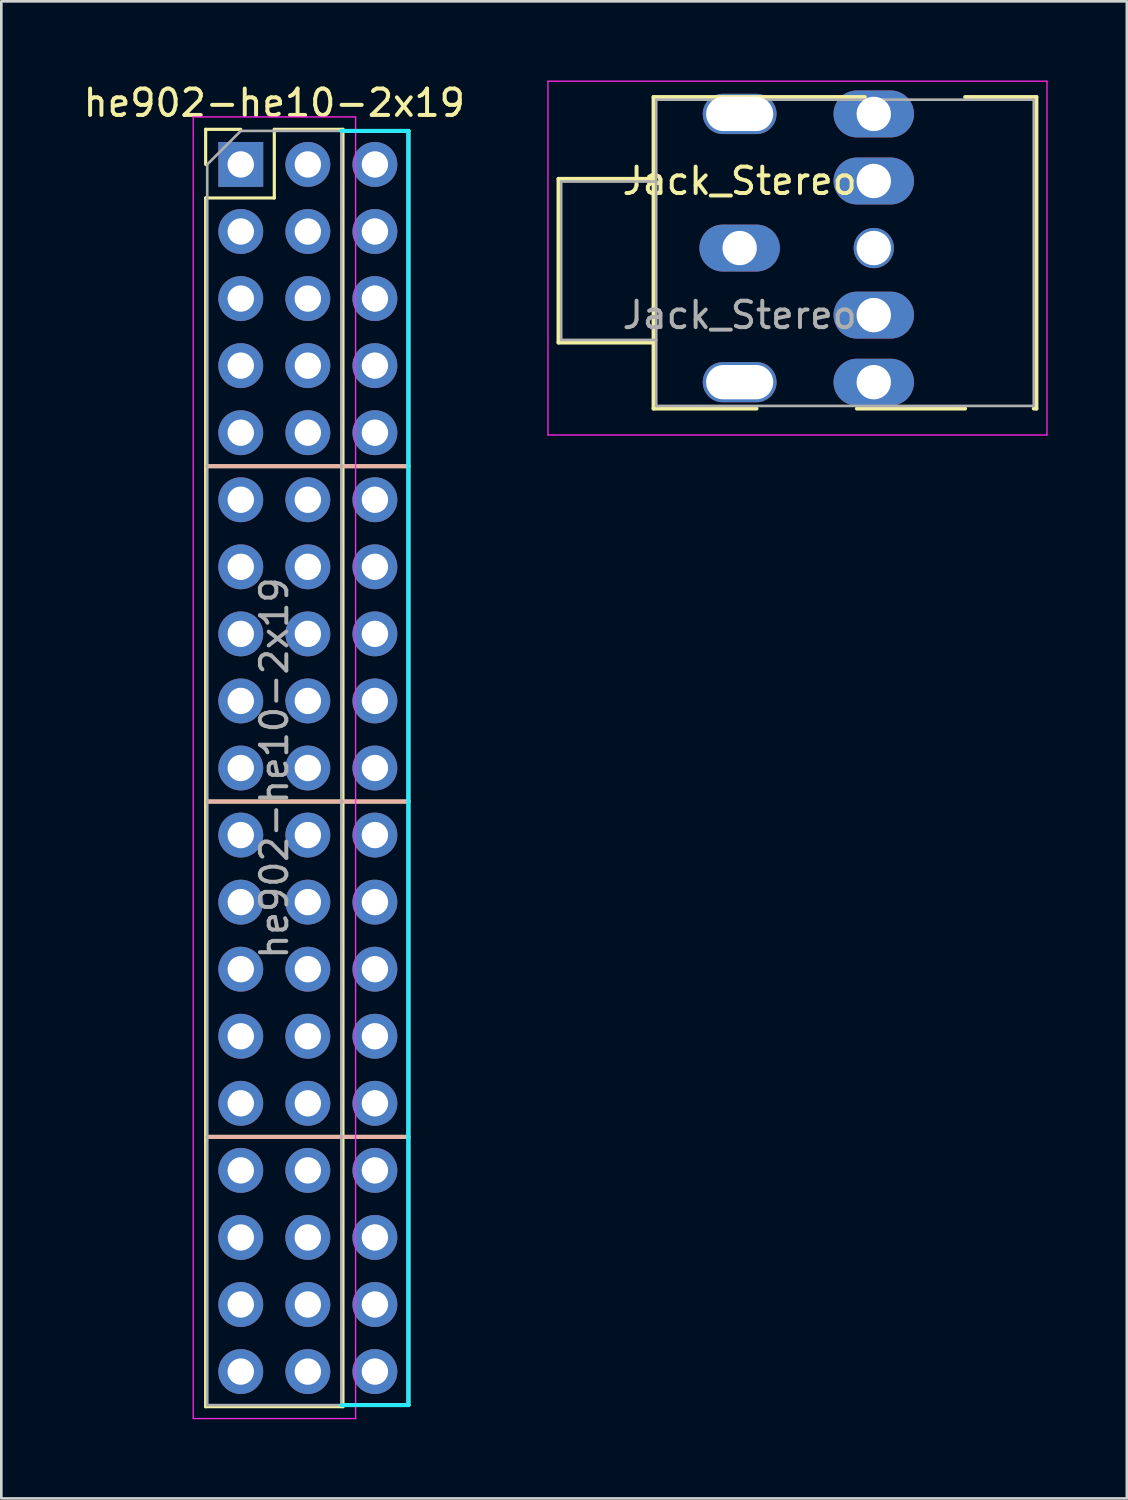
<source format=kicad_pcb>
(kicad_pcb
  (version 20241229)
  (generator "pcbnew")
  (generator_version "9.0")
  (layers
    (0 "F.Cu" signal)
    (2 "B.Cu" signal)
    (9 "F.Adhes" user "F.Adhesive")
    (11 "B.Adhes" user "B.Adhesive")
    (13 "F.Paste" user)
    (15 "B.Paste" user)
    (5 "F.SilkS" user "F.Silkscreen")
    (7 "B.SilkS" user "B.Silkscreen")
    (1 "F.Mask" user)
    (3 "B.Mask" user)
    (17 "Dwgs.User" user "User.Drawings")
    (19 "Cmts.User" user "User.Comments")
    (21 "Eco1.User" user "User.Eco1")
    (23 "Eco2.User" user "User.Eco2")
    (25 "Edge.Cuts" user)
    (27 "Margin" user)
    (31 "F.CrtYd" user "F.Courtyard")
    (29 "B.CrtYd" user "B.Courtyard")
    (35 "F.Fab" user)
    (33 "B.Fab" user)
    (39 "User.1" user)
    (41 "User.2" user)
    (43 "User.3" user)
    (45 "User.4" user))
  (footprint "he902-he10-2x19"
    (layer "F.Cu")
    (at 6.069 3.178)
    (property "Reference" "he902-he10-2x19" (at 1.27 -2.33 0) (layer "F.SilkS") (effects (font (size 1 1) (thickness 0.15))))
    (attr through_hole)
    (fp_line (start -1.33 -1.33) (end 0 -1.33) (stroke (width 0.12) (type solid)) (layer "F.SilkS"))
    (fp_line (start -1.33 0) (end -1.33 -1.33) (stroke (width 0.12) (type solid)) (layer "F.SilkS"))
    (fp_line (start -1.33 1.27) (end -1.33 47.05) (stroke (width 0.12) (type solid)) (layer "F.SilkS"))
    (fp_line (start -1.33 1.27) (end 1.27 1.27) (stroke (width 0.12) (type solid)) (layer "F.SilkS"))
    (fp_line (start -1.33 47.05) (end 3.87 47.05) (stroke (width 0.12) (type solid)) (layer "F.SilkS"))
    (fp_line (start -1.27 11.43) (end 6.35 11.43) (stroke (width 0.15) (type solid)) (layer "F.SilkS"))
    (fp_line (start -1.27 24.13) (end 6.35 24.13) (stroke (width 0.15) (type solid)) (layer "F.SilkS"))
    (fp_line (start -1.27 36.83) (end 6.35 36.83) (stroke (width 0.15) (type solid)) (layer "F.SilkS"))
    (fp_line (start 1.27 -1.33) (end 3.87 -1.33) (stroke (width 0.12) (type solid)) (layer "F.SilkS"))
    (fp_line (start 1.27 1.27) (end 1.27 -1.33) (stroke (width 0.12) (type solid)) (layer "F.SilkS"))
    (fp_line (start 3.81 46.99) (end 6.35 46.99) (stroke (width 0.15) (type solid)) (layer "F.SilkS"))
    (fp_line (start 3.87 -1.33) (end 3.87 47.05) (stroke (width 0.12) (type solid)) (layer "F.SilkS"))
    (fp_line (start 6.35 -1.27) (end 3.81 -1.27) (stroke (width 0.15) (type solid)) (layer "F.SilkS"))
    (fp_line (start 6.35 46.99) (end 6.35 -1.27) (stroke (width 0.15) (type solid)) (layer "F.SilkS"))
    (fp_line (start -1.27 11.43) (end 6.35 11.43) (stroke (width 0.15) (type solid)) (layer "B.SilkS"))
    (fp_line (start -1.27 24.13) (end 6.35 24.13) (stroke (width 0.15) (type solid)) (layer "B.SilkS"))
    (fp_line (start -1.27 36.83) (end 6.35 36.83) (stroke (width 0.15) (type solid)) (layer "B.SilkS"))
    (fp_line (start 3.81 -1.27) (end 6.35 -1.27) (stroke (width 0.15) (type solid)) (layer "B.CrtYd"))
    (fp_line (start 6.35 -1.27) (end 6.35 46.99) (stroke (width 0.15) (type solid)) (layer "B.CrtYd"))
    (fp_line (start 6.35 46.99) (end 3.81 46.99) (stroke (width 0.15) (type solid)) (layer "B.CrtYd"))
    (fp_line (start -1.8 -1.8) (end -1.8 47.5) (stroke (width 0.05) (type solid)) (layer "F.CrtYd"))
    (fp_line (start -1.8 47.5) (end 4.35 47.5) (stroke (width 0.05) (type solid)) (layer "F.CrtYd"))
    (fp_line (start 4.35 -1.8) (end -1.8 -1.8) (stroke (width 0.05) (type solid)) (layer "F.CrtYd"))
    (fp_line (start 4.35 47.5) (end 4.35 -1.8) (stroke (width 0.05) (type solid)) (layer "F.CrtYd"))
    (fp_line (start -1.27 0) (end 0 -1.27) (stroke (width 0.1) (type solid)) (layer "F.Fab"))
    (fp_line (start -1.27 46.99) (end -1.27 0) (stroke (width 0.1) (type solid)) (layer "F.Fab"))
    (fp_line (start 0 -1.27) (end 3.81 -1.27) (stroke (width 0.1) (type solid)) (layer "F.Fab"))
    (fp_line (start 3.81 -1.27) (end 3.81 46.99) (stroke (width 0.1) (type solid)) (layer "F.Fab"))
    (fp_line (start 3.81 46.99) (end -1.27 46.99) (stroke (width 0.1) (type solid)) (layer "F.Fab"))
    (fp_text user "${REFERENCE}" (at 1.27 22.86 90) (layer "F.Fab") (effects (font (size 1 1) (thickness 0.15))))
    (pad "a1" thru_hole rect (at 0 0) (size 1.7 1.7) (drill 1) (layers "*.Cu" "*.Mask"))
    (pad "a2" thru_hole oval (at 0 2.54) (size 1.7 1.7) (drill 1) (layers "*.Cu" "*.Mask"))
    (pad "a3" thru_hole oval (at 0 5.08) (size 1.7 1.7) (drill 1) (layers "*.Cu" "*.Mask"))
    (pad "a4" thru_hole oval (at 0 7.62) (size 1.7 1.7) (drill 1) (layers "*.Cu" "*.Mask"))
    (pad "a5" thru_hole oval (at 0 10.16) (size 1.7 1.7) (drill 1) (layers "*.Cu" "*.Mask"))
    (pad "a6" thru_hole oval (at 0 12.7) (size 1.7 1.7) (drill 1) (layers "*.Cu" "*.Mask"))
    (pad "a7" thru_hole oval (at 0 15.24) (size 1.7 1.7) (drill 1) (layers "*.Cu" "*.Mask"))
    (pad "a8" thru_hole oval (at 0 17.78) (size 1.7 1.7) (drill 1) (layers "*.Cu" "*.Mask"))
    (pad "a9" thru_hole oval (at 0 20.32) (size 1.7 1.7) (drill 1) (layers "*.Cu" "*.Mask"))
    (pad "a10" thru_hole oval (at 0 22.86) (size 1.7 1.7) (drill 1) (layers "*.Cu" "*.Mask"))
    (pad "a11" thru_hole oval (at 0 25.4) (size 1.7 1.7) (drill 1) (layers "*.Cu" "*.Mask"))
    (pad "a12" thru_hole oval (at 0 27.94) (size 1.7 1.7) (drill 1) (layers "*.Cu" "*.Mask"))
    (pad "a13" thru_hole oval (at 0 30.48) (size 1.7 1.7) (drill 1) (layers "*.Cu" "*.Mask"))
    (pad "a14" thru_hole oval (at 0 33.02) (size 1.7 1.7) (drill 1) (layers "*.Cu" "*.Mask"))
    (pad "a15" thru_hole oval (at 0 35.56) (size 1.7 1.7) (drill 1) (layers "*.Cu" "*.Mask"))
    (pad "a16" thru_hole oval (at 0 38.1) (size 1.7 1.7) (drill 1) (layers "*.Cu" "*.Mask"))
    (pad "a17" thru_hole oval (at 0 40.64) (size 1.7 1.7) (drill 1) (layers "*.Cu" "*.Mask"))
    (pad "a18" thru_hole oval (at 0 43.18) (size 1.7 1.7) (drill 1) (layers "*.Cu" "*.Mask"))
    (pad "a19" thru_hole oval (at 0 45.72) (size 1.7 1.7) (drill 1) (layers "*.Cu" "*.Mask"))
    (pad "b1" thru_hole oval (at 2.54 0) (size 1.7 1.7) (drill 1) (layers "*.Cu" "*.Mask"))
    (pad "b1" thru_hole oval (at 5.08 0) (size 1.7 1.7) (drill 1) (layers "*.Cu" "*.Mask"))
    (pad "b2" thru_hole oval (at 2.54 2.54) (size 1.7 1.7) (drill 1) (layers "*.Cu" "*.Mask"))
    (pad "b2" thru_hole oval (at 5.08 2.54) (size 1.7 1.7) (drill 1) (layers "*.Cu" "*.Mask"))
    (pad "b3" thru_hole oval (at 2.54 5.08) (size 1.7 1.7) (drill 1) (layers "*.Cu" "*.Mask"))
    (pad "b3" thru_hole oval (at 5.08 5.08) (size 1.7 1.7) (drill 1) (layers "*.Cu" "*.Mask"))
    (pad "b4" thru_hole oval (at 2.54 7.62) (size 1.7 1.7) (drill 1) (layers "*.Cu" "*.Mask"))
    (pad "b4" thru_hole oval (at 5.08 7.62) (size 1.7 1.7) (drill 1) (layers "*.Cu" "*.Mask"))
    (pad "b5" thru_hole oval (at 2.54 10.16) (size 1.7 1.7) (drill 1) (layers "*.Cu" "*.Mask"))
    (pad "b5" thru_hole oval (at 5.08 10.16) (size 1.7 1.7) (drill 1) (layers "*.Cu" "*.Mask"))
    (pad "b6" thru_hole oval (at 2.54 12.7) (size 1.7 1.7) (drill 1) (layers "*.Cu" "*.Mask"))
    (pad "b6" thru_hole oval (at 5.08 12.7) (size 1.7 1.7) (drill 1) (layers "*.Cu" "*.Mask"))
    (pad "b7" thru_hole oval (at 2.54 15.24) (size 1.7 1.7) (drill 1) (layers "*.Cu" "*.Mask"))
    (pad "b7" thru_hole oval (at 5.08 15.24) (size 1.7 1.7) (drill 1) (layers "*.Cu" "*.Mask"))
    (pad "b8" thru_hole oval (at 2.54 17.78) (size 1.7 1.7) (drill 1) (layers "*.Cu" "*.Mask"))
    (pad "b8" thru_hole oval (at 5.08 17.78) (size 1.7 1.7) (drill 1) (layers "*.Cu" "*.Mask"))
    (pad "b9" thru_hole oval (at 2.54 20.32) (size 1.7 1.7) (drill 1) (layers "*.Cu" "*.Mask"))
    (pad "b9" thru_hole oval (at 5.08 20.32) (size 1.7 1.7) (drill 1) (layers "*.Cu" "*.Mask"))
    (pad "b10" thru_hole oval (at 2.54 22.86) (size 1.7 1.7) (drill 1) (layers "*.Cu" "*.Mask"))
    (pad "b10" thru_hole oval (at 5.08 22.86) (size 1.7 1.7) (drill 1) (layers "*.Cu" "*.Mask"))
    (pad "b11" thru_hole oval (at 2.54 25.4) (size 1.7 1.7) (drill 1) (layers "*.Cu" "*.Mask"))
    (pad "b11" thru_hole oval (at 5.08 25.4) (size 1.7 1.7) (drill 1) (layers "*.Cu" "*.Mask"))
    (pad "b12" thru_hole oval (at 2.54 27.94) (size 1.7 1.7) (drill 1) (layers "*.Cu" "*.Mask"))
    (pad "b12" thru_hole oval (at 5.08 27.94) (size 1.7 1.7) (drill 1) (layers "*.Cu" "*.Mask"))
    (pad "b13" thru_hole oval (at 2.54 30.48) (size 1.7 1.7) (drill 1) (layers "*.Cu" "*.Mask"))
    (pad "b13" thru_hole oval (at 5.08 30.48) (size 1.7 1.7) (drill 1) (layers "*.Cu" "*.Mask"))
    (pad "b14" thru_hole oval (at 2.54 33.02) (size 1.7 1.7) (drill 1) (layers "*.Cu" "*.Mask"))
    (pad "b14" thru_hole oval (at 5.08 33.02) (size 1.7 1.7) (drill 1) (layers "*.Cu" "*.Mask"))
    (pad "b15" thru_hole oval (at 2.54 35.56) (size 1.7 1.7) (drill 1) (layers "*.Cu" "*.Mask"))
    (pad "b15" thru_hole oval (at 5.08 35.56) (size 1.7 1.7) (drill 1) (layers "*.Cu" "*.Mask"))
    (pad "b16" thru_hole oval (at 2.54 38.1) (size 1.7 1.7) (drill 1) (layers "*.Cu" "*.Mask"))
    (pad "b16" thru_hole oval (at 5.08 38.1) (size 1.7 1.7) (drill 1) (layers "*.Cu" "*.Mask"))
    (pad "b17" thru_hole oval (at 2.54 40.64) (size 1.7 1.7) (drill 1) (layers "*.Cu" "*.Mask"))
    (pad "b17" thru_hole oval (at 5.08 40.64) (size 1.7 1.7) (drill 1) (layers "*.Cu" "*.Mask"))
    (pad "b18" thru_hole oval (at 2.54 43.18) (size 1.7 1.7) (drill 1) (layers "*.Cu" "*.Mask"))
    (pad "b18" thru_hole oval (at 5.08 43.18) (size 1.7 1.7) (drill 1) (layers "*.Cu" "*.Mask"))
    (pad "b19" thru_hole oval (at 2.54 45.72) (size 1.7 1.7) (drill 1) (layers "*.Cu" "*.Mask"))
    (pad "b19" thru_hole oval (at 5.08 45.72) (size 1.7 1.7) (drill 1) (layers "*.Cu" "*.Mask")))
  (footprint "Jack_Stereo"
    (layer "F.Cu")
    (at 27.504 6.345)
    (property "Reference" "Jack_Stereo" (at -2.54 -2.54 0) (layer "F.SilkS") (effects (font (size 1 1) (thickness 0.15))))
    (attr through_hole)
    (fp_line (start -9.4 -2.62) (end -9.4 3.58) (stroke (width 0.15) (type solid)) (layer "F.SilkS"))
    (fp_line (start -9.4 3.58) (end -5.8 3.58) (stroke (width 0.15) (type solid)) (layer "F.SilkS"))
    (fp_line (start -5.8 -5.72) (end 2.2 -5.72) (stroke (width 0.15) (type solid)) (layer "F.SilkS"))
    (fp_line (start -5.8 -2.62) (end -9.4 -2.62) (stroke (width 0.15) (type solid)) (layer "F.SilkS"))
    (fp_line (start -5.8 6.08) (end -5.8 -5.72) (stroke (width 0.15) (type solid)) (layer "F.SilkS"))
    (fp_line (start -1.9 6.08) (end -5.8 6.08) (stroke (width 0.15) (type solid)) (layer "F.SilkS"))
    (fp_line (start 6 -5.72) (end 8.7 -5.72) (stroke (width 0.15) (type solid)) (layer "F.SilkS"))
    (fp_line (start 6 6.08) (end 1.9 6.08) (stroke (width 0.15) (type solid)) (layer "F.SilkS"))
    (fp_line (start 8.7 -5.72) (end 8.7 6.08) (stroke (width 0.15) (type solid)) (layer "F.SilkS"))
    (fp_line (start 8.7 6.08) (end 8.6 6.08) (stroke (width 0.15) (type solid)) (layer "F.SilkS"))
    (fp_line (start -9.8 -6.32) (end -9.8 7.08) (stroke (width 0.05) (type solid)) (layer "F.CrtYd"))
    (fp_line (start -9.8 7.08) (end 9.1 7.08) (stroke (width 0.05) (type solid)) (layer "F.CrtYd"))
    (fp_line (start 9.1 -6.32) (end -9.8 -6.32) (stroke (width 0.05) (type solid)) (layer "F.CrtYd"))
    (fp_line (start 9.1 7.08) (end 9.1 -6.32) (stroke (width 0.05) (type solid)) (layer "F.CrtYd"))
    (fp_line (start -9.3 -2.52) (end -9.3 3.48) (stroke (width 0.1) (type solid)) (layer "F.Fab"))
    (fp_line (start -9.3 -2.52) (end -5.7 -2.52) (stroke (width 0.1) (type solid)) (layer "F.Fab"))
    (fp_line (start -9.3 3.48) (end -5.7 3.48) (stroke (width 0.1) (type solid)) (layer "F.Fab"))
    (fp_line (start -5.7 -5.62) (end -5.7 5.98) (stroke (width 0.1) (type solid)) (layer "F.Fab"))
    (fp_line (start -5.7 5.98) (end 8.6 5.98) (stroke (width 0.1) (type solid)) (layer "F.Fab"))
    (fp_line (start 8.6 -5.62) (end -5.7 -5.62) (stroke (width 0.1) (type solid)) (layer "F.Fab"))
    (fp_line (start 8.6 5.98) (end 8.6 -5.62) (stroke (width 0.1) (type solid)) (layer "F.Fab"))
    (fp_text user "${REFERENCE}" (at -2.54 2.54 0) (layer "F.Fab") (effects (font (size 1 1) (thickness 0.15))))
    (pad "" np_thru_hole oval (at -2.54 -5.08) (size 2.794 1.524) (drill oval 2.54 1.3) (layers "*.Cu" "*.Mask"))
    (pad "" np_thru_hole oval (at -2.54 5.08) (size 2.794 1.524) (drill oval 2.54 1.3) (layers "*.Cu" "*.Mask"))
    (pad "" np_thru_hole oval (at 2.54 0) (size 1.524 1.524) (drill 1.3) (layers "*.Cu" "*.Mask"))
    (pad "1" thru_hole oval (at 2.54 -5.08) (size 3.048 1.778) (drill 1.3) (layers "*.Cu" "*.Mask"))
    (pad "2" thru_hole oval (at 2.54 2.54) (size 3.048 1.778) (drill 1.3) (layers "*.Cu" "*.Mask"))
    (pad "3" thru_hole oval (at -2.54 0) (size 3.048 1.778) (drill 1.3) (layers "*.Cu" "*.Mask"))
    (pad "4" thru_hole oval (at 2.54 -2.54) (size 3.048 1.778) (drill 1.3) (layers "*.Cu" "*.Mask"))
    (pad "5" thru_hole oval (at 2.54 5.08) (size 3.048 1.778) (drill 1.3) (layers "*.Cu" "*.Mask")))
  (gr_rect
    (start -3 -3)
    (end 39.629 53.703)
    (stroke (width 0.1) (type default))
    (fill no)
    (layer "Edge.Cuts")))
</source>
